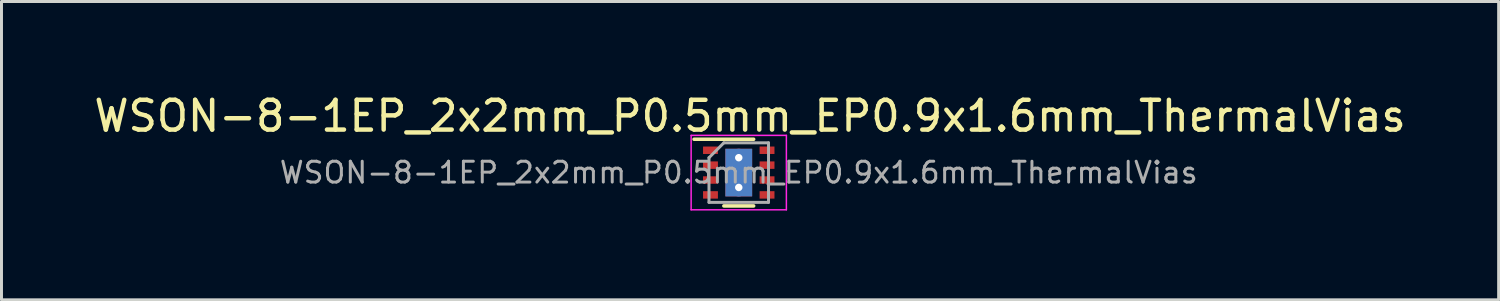
<source format=kicad_pcb>
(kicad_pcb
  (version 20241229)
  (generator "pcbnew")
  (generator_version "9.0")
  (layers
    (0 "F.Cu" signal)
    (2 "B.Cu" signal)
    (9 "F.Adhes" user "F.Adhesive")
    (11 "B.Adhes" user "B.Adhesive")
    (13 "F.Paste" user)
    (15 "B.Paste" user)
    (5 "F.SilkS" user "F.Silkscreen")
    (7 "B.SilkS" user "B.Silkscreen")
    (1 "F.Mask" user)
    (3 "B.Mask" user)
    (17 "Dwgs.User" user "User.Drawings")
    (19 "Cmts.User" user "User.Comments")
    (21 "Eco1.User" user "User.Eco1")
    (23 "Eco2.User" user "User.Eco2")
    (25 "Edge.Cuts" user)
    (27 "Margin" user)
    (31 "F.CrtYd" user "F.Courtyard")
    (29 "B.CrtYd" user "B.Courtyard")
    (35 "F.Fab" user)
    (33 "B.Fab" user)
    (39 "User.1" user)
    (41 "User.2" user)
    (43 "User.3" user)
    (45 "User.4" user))
  (footprint "WSON-8-1EP_2x2mm_P0.5mm_EP0.9x1.6mm_ThermalVias"
    (layer "F.Cu")
    (at 21.769 2.748)
    (property "Reference" "WSON-8-1EP_2x2mm_P0.5mm_EP0.9x1.6mm_ThermalVias" (at 0.38 -1.9 0) (layer "F.SilkS") (effects (font (size 1 1) (thickness 0.15))))
    (attr smd)
    (fp_line (start -1.5 -1.12) (end 0.5 -1.12) (stroke (width 0.12) (type solid)) (layer "F.SilkS"))
    (fp_line (start 0.5 1.12) (end -0.5 1.12) (stroke (width 0.12) (type solid)) (layer "F.SilkS"))
    (fp_line (start -1.6 -1.25) (end -1.6 1.25) (stroke (width 0.05) (type solid)) (layer "F.CrtYd"))
    (fp_line (start -1.6 -1.25) (end 1.6 -1.25) (stroke (width 0.05) (type solid)) (layer "F.CrtYd"))
    (fp_line (start -1.6 1.25) (end 1.6 1.25) (stroke (width 0.05) (type solid)) (layer "F.CrtYd"))
    (fp_line (start 1.6 -1.25) (end 1.6 1.25) (stroke (width 0.05) (type solid)) (layer "F.CrtYd"))
    (fp_line (start -1 1) (end -1 -0.5) (stroke (width 0.1) (type solid)) (layer "F.Fab"))
    (fp_line (start -0.5 -1) (end -1 -0.5) (stroke (width 0.1) (type solid)) (layer "F.Fab"))
    (fp_line (start -0.5 -1) (end 1 -1) (stroke (width 0.1) (type solid)) (layer "F.Fab"))
    (fp_line (start 1 -1) (end 1 1) (stroke (width 0.1) (type solid)) (layer "F.Fab"))
    (fp_line (start 1 1) (end -1 1) (stroke (width 0.1) (type solid)) (layer "F.Fab"))
    (fp_text user "${REFERENCE}" (at 0 0 0) (layer "F.Fab") (effects (font (size 0.7 0.7) (thickness 0.1))))
    (pad "" smd rect (at 0 -0.4) (size 0.75 0.65) (layers "F.Paste"))
    (pad "" smd rect (at 0 0.4) (size 0.75 0.65) (layers "F.Paste"))
    (pad "1" smd rect (at -0.95 -0.75) (size 0.5 0.25) (layers "F.Cu" "F.Mask" "F.Paste"))
    (pad "2" smd rect (at -0.95 -0.25) (size 0.5 0.25) (layers "F.Cu" "F.Mask" "F.Paste"))
    (pad "3" smd rect (at -0.95 0.25) (size 0.5 0.25) (layers "F.Cu" "F.Mask" "F.Paste"))
    (pad "4" smd rect (at -0.95 0.75) (size 0.5 0.25) (layers "F.Cu" "F.Mask" "F.Paste"))
    (pad "5" smd rect (at 0.95 0.75) (size 0.5 0.25) (layers "F.Cu" "F.Mask" "F.Paste"))
    (pad "6" smd rect (at 0.95 0.25) (size 0.5 0.25) (layers "F.Cu" "F.Mask" "F.Paste"))
    (pad "7" smd rect (at 0.95 -0.25) (size 0.5 0.25) (layers "F.Cu" "F.Mask" "F.Paste"))
    (pad "8" smd rect (at 0.95 -0.75) (size 0.5 0.25) (layers "F.Cu" "F.Mask" "F.Paste"))
    (pad "9" thru_hole circle (at 0 -0.5) (size 0.6 0.6) (drill 0.25) (layers "*.Cu"))
    (pad "9" smd rect (at 0 0) (size 0.9 1.6) (layers "F.Cu" "F.Mask"))
    (pad "9" smd rect (at 0 0) (size 0.9 1.6) (layers "B.Cu"))
    (pad "9" thru_hole circle (at 0 0.5) (size 0.6 0.6) (drill 0.25) (layers "*.Cu")))
  (gr_rect
    (start -3 -3)
    (end 47.298 7.023)
    (stroke (width 0.1) (type default))
    (fill no)
    (layer "Edge.Cuts")))
</source>
